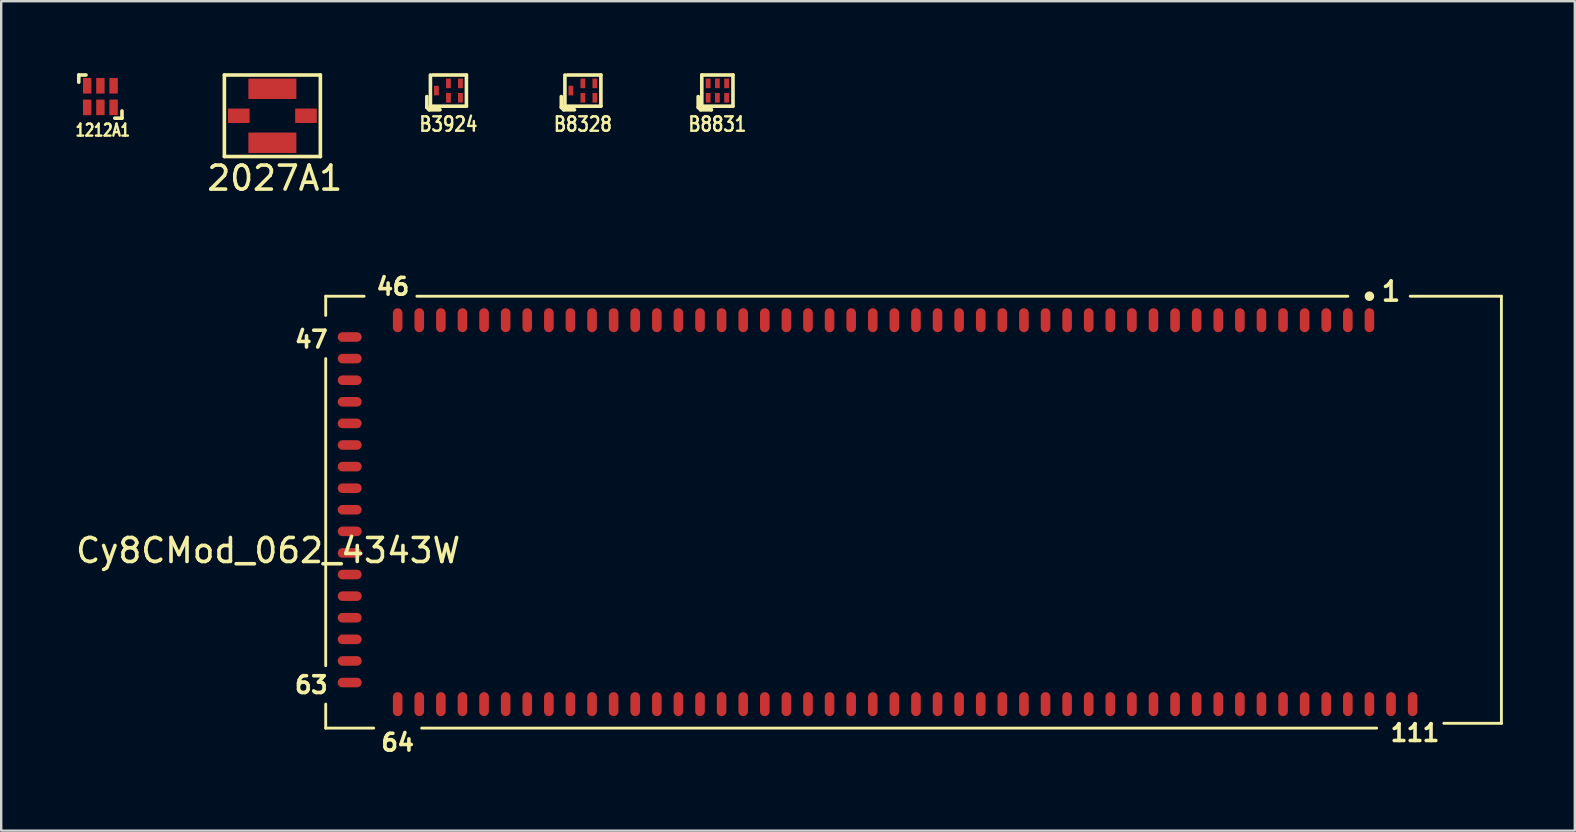
<source format=kicad_pcb>
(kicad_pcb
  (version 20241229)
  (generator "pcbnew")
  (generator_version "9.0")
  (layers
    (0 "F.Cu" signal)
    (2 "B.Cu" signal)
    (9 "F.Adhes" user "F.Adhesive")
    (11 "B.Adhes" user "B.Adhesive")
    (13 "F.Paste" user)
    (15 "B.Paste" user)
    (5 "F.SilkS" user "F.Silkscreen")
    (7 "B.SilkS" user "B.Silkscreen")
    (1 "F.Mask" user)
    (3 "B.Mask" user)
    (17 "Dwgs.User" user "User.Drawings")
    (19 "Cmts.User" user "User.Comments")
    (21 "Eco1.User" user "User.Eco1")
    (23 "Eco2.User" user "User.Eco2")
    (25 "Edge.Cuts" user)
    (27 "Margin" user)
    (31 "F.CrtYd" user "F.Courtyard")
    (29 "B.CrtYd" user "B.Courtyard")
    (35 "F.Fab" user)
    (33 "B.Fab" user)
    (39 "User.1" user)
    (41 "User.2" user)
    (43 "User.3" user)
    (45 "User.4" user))
  (footprint "B3924"
    (layer "F.Cu")
    (at 15.639 0.725)
    (property "Reference" "B3924" (at 0 1.4 0) (layer "F.SilkS") (effects (font (size 0.6 0.5) (thickness 0.1))))
    (attr through_hole)
    (fp_line (start -0.9 0.25) (end -0.9 0.7) (stroke (width 0.15) (type solid)) (layer "F.SilkS"))
    (fp_line (start -0.9 0.7) (end -0.8 0.8) (stroke (width 0.15) (type solid)) (layer "F.SilkS"))
    (fp_line (start -0.8 0.8) (end -0.35 0.8) (stroke (width 0.15) (type solid)) (layer "F.SilkS"))
    (fp_line (start -0.75 -0.65) (end -0.75 0.65) (stroke (width 0.15) (type solid)) (layer "F.SilkS"))
    (fp_line (start -0.75 0.65) (end 0.75 0.65) (stroke (width 0.15) (type solid)) (layer "F.SilkS"))
    (fp_line (start 0.75 -0.65) (end -0.65 -0.65) (stroke (width 0.15) (type solid)) (layer "F.SilkS"))
    (fp_line (start 0.75 0.65) (end 0.75 -0.65) (stroke (width 0.15) (type solid)) (layer "F.SilkS"))
    (pad "1" smd rect (at -0.5 0) (size 0.2 0.4) (layers "F.Cu" "F.Mask" "F.Paste"))
    (pad "2" smd rect (at 0 0.3) (size 0.2 0.4) (layers "F.Cu" "F.Mask" "F.Paste"))
    (pad "3" smd rect (at 0.5 0.3) (size 0.2 0.4) (layers "F.Cu" "F.Mask" "F.Paste"))
    (pad "4" smd rect (at 0.5 -0.3) (size 0.2 0.4) (layers "F.Cu" "F.Mask" "F.Paste"))
    (pad "5" smd rect (at 0 -0.3) (size 0.2 0.4) (layers "F.Cu" "F.Mask" "F.Paste")))
  (footprint "B8328"
    (layer "F.Cu")
    (at 21.244 0.725)
    (property "Reference" "B8328" (at 0 1.4 0) (layer "F.SilkS") (effects (font (size 0.6 0.5) (thickness 0.1))))
    (attr through_hole)
    (fp_line (start -0.9 0.25) (end -0.9 0.7) (stroke (width 0.15) (type solid)) (layer "F.SilkS"))
    (fp_line (start -0.9 0.7) (end -0.8 0.8) (stroke (width 0.15) (type solid)) (layer "F.SilkS"))
    (fp_line (start -0.8 0.8) (end -0.35 0.8) (stroke (width 0.15) (type solid)) (layer "F.SilkS"))
    (fp_line (start -0.75 -0.65) (end -0.75 0.65) (stroke (width 0.15) (type solid)) (layer "F.SilkS"))
    (fp_line (start -0.75 0.65) (end 0.75 0.65) (stroke (width 0.15) (type solid)) (layer "F.SilkS"))
    (fp_line (start 0.75 -0.65) (end -0.65 -0.65) (stroke (width 0.15) (type solid)) (layer "F.SilkS"))
    (fp_line (start 0.75 0.65) (end 0.75 -0.65) (stroke (width 0.15) (type solid)) (layer "F.SilkS"))
    (pad "1" smd rect (at -0.5 0) (size 0.2 0.4) (layers "F.Cu" "F.Mask" "F.Paste"))
    (pad "2" smd rect (at 0 0.3) (size 0.2 0.4) (layers "F.Cu" "F.Mask" "F.Paste"))
    (pad "3" smd rect (at 0.5 0.3) (size 0.2 0.4) (layers "F.Cu" "F.Mask" "F.Paste"))
    (pad "4" smd rect (at 0.5 -0.3) (size 0.2 0.4) (layers "F.Cu" "F.Mask" "F.Paste"))
    (pad "5" smd rect (at 0 -0.3) (size 0.2 0.4) (layers "F.Cu" "F.Mask" "F.Paste")))
  (footprint "2027A1"
    (layer "F.Cu")
    (at 8.302 1.775)
    (property "Reference" "2027A1" (at 0.1 2.6 0) (layer "F.SilkS") (effects (font (size 1 1) (thickness 0.15))))
    (attr through_hole)
    (fp_line (start -2 -1.7) (end 2 -1.7) (stroke (width 0.15) (type solid)) (layer "F.SilkS"))
    (fp_line (start -2 1.7) (end -2 -1.7) (stroke (width 0.15) (type solid)) (layer "F.SilkS"))
    (fp_line (start 2 -1.7) (end 2 1.7) (stroke (width 0.15) (type solid)) (layer "F.SilkS"))
    (fp_line (start 2 1.7) (end -2 1.7) (stroke (width 0.15) (type solid)) (layer "F.SilkS"))
    (pad "1" smd rect (at -1.4 0) (size 0.9 0.6) (layers "F.Cu" "F.Mask" "F.Paste"))
    (pad "2" smd rect (at 1.4 0) (size 0.9 0.6) (layers "F.Cu" "F.Mask" "F.Paste"))
    (pad "3" smd rect (at 0 1.125) (size 2 0.85) (layers "F.Cu" "F.Mask" "F.Paste"))
    (pad "4" smd rect (at 0 -1.125) (size 2 0.85) (layers "F.Cu" "F.Mask" "F.Paste")))
  (footprint "B8831"
    (layer "F.Cu")
    (at 26.849 0.725)
    (property "Reference" "B8831" (at 0 1.4 0) (layer "F.SilkS") (effects (font (size 0.6 0.5) (thickness 0.1))))
    (attr through_hole)
    (fp_line (start -0.8 0.25) (end -0.8 0.7) (stroke (width 0.15) (type solid)) (layer "F.SilkS"))
    (fp_line (start -0.8 0.7) (end -0.7 0.8) (stroke (width 0.15) (type solid)) (layer "F.SilkS"))
    (fp_line (start -0.7 0.8) (end -0.25 0.8) (stroke (width 0.15) (type solid)) (layer "F.SilkS"))
    (fp_line (start -0.65 -0.65) (end -0.65 0.65) (stroke (width 0.15) (type solid)) (layer "F.SilkS"))
    (fp_line (start -0.65 0.65) (end 0.65 0.65) (stroke (width 0.15) (type solid)) (layer "F.SilkS"))
    (fp_line (start -0.25 0.8) (end -0.25 0.8) (stroke (width 0.15) (type solid)) (layer "F.SilkS"))
    (fp_line (start 0.65 -0.65) (end -0.65 -0.65) (stroke (width 0.15) (type solid)) (layer "F.SilkS"))
    (fp_line (start 0.65 0.65) (end 0.65 -0.65) (stroke (width 0.15) (type solid)) (layer "F.SilkS"))
    (pad "1" smd rect (at -0.385 0.3) (size 0.2 0.4) (layers "F.Cu" "F.Mask" "F.Paste"))
    (pad "2" smd rect (at 0 0.3) (size 0.2 0.4) (layers "F.Cu" "F.Mask" "F.Paste"))
    (pad "3" smd rect (at 0.385 0.3) (size 0.2 0.4) (layers "F.Cu" "F.Mask" "F.Paste"))
    (pad "4" smd rect (at 0.385 -0.3) (size 0.2 0.4) (layers "F.Cu" "F.Mask" "F.Paste"))
    (pad "5" smd rect (at 0 -0.3) (size 0.2 0.4) (layers "F.Cu" "F.Mask" "F.Paste"))
    (pad "6" smd rect (at -0.385 -0.3) (size 0.2 0.4) (layers "F.Cu" "F.Mask" "F.Paste")))
  (footprint "Cy8CMod_062_4343W"
    (layer "F.Cu")
    (at 11.525 26.296)
    (property "Reference" "Cy8CMod_062_4343W" (at -3.4 -6.4 0) (layer "F.SilkS") (effects (font (size 1 1) (thickness 0.15))))
    (attr through_hole)
    (fp_line (start -1 -17) (end 0.6 -17) (stroke (width 0.12) (type solid)) (layer "F.SilkS"))
    (fp_line (start -1 -16.2) (end -1 -17) (stroke (width 0.12) (type solid)) (layer "F.SilkS"))
    (fp_line (start -1 -14.4) (end -1 -1.6) (stroke (width 0.12) (type solid)) (layer "F.SilkS"))
    (fp_line (start -1 0) (end -1 1) (stroke (width 0.12) (type solid)) (layer "F.SilkS"))
    (fp_line (start -1 1) (end 1 1) (stroke (width 0.12) (type solid)) (layer "F.SilkS"))
    (fp_line (start 2.8 -17) (end 41.6 -17) (stroke (width 0.12) (type solid)) (layer "F.SilkS"))
    (fp_line (start 3 1) (end 42.8 1) (stroke (width 0.12) (type solid)) (layer "F.SilkS"))
    (fp_line (start 45.6 0.8) (end 48 0.8) (stroke (width 0.12) (type solid)) (layer "F.SilkS"))
    (fp_line (start 48 -17) (end 44.2 -17) (stroke (width 0.12) (type solid)) (layer "F.SilkS"))
    (fp_line (start 48 0.8) (end 48 -17) (stroke (width 0.12) (type solid)) (layer "F.SilkS"))
    (fp_circle (center 42.5 -17) (end 42.6 -17) (stroke (width 0.2) (type solid)) (fill no) (layer "F.SilkS"))
    (fp_text user "47" (at -1.6 -15.2 0) (layer "F.SilkS") (effects (font (size 0.7 0.7) (thickness 0.15))))
    (fp_text user "46" (at 1.8 -17.4 0) (layer "F.SilkS") (effects (font (size 0.7 0.7) (thickness 0.15))))
    (fp_text user "1" (at 43.4 -17.2 0) (layer "F.SilkS") (effects (font (size 0.8 0.8) (thickness 0.15))))
    (fp_text user "64" (at 2 1.6 0) (layer "F.SilkS") (effects (font (size 0.7 0.7) (thickness 0.15))))
    (fp_text user "63" (at -1.6 -0.8 0) (layer "F.SilkS") (effects (font (size 0.7 0.7) (thickness 0.15))))
    (fp_text user "111" (at 44.4 1.2 0) (layer "F.SilkS") (effects (font (size 0.7 0.7) (thickness 0.15))))
    (pad "1" smd oval (at 42.5 -16) (size 0.4 1) (layers "F.Cu" "F.Mask" "F.Paste"))
    (pad "2" smd oval (at 41.6 -16) (size 0.4 1) (layers "F.Cu" "F.Mask" "F.Paste"))
    (pad "3" smd oval (at 40.7 -16) (size 0.4 1) (layers "F.Cu" "F.Mask" "F.Paste"))
    (pad "4" smd oval (at 39.8 -16) (size 0.4 1) (layers "F.Cu" "F.Mask" "F.Paste"))
    (pad "5" smd oval (at 38.9 -16) (size 0.4 1) (layers "F.Cu" "F.Mask" "F.Paste"))
    (pad "6" smd oval (at 38 -16) (size 0.4 1) (layers "F.Cu" "F.Mask" "F.Paste"))
    (pad "7" smd oval (at 37.1 -16) (size 0.4 1) (layers "F.Cu" "F.Mask" "F.Paste"))
    (pad "8" smd oval (at 36.2 -16) (size 0.4 1) (layers "F.Cu" "F.Mask" "F.Paste"))
    (pad "9" smd oval (at 35.3 -16) (size 0.4 1) (layers "F.Cu" "F.Mask" "F.Paste"))
    (pad "10" smd oval (at 34.4 -16) (size 0.4 1) (layers "F.Cu" "F.Mask" "F.Paste"))
    (pad "11" smd oval (at 33.5 -16) (size 0.4 1) (layers "F.Cu" "F.Mask" "F.Paste"))
    (pad "12" smd oval (at 32.6 -16) (size 0.4 1) (layers "F.Cu" "F.Mask" "F.Paste"))
    (pad "13" smd oval (at 31.7 -16) (size 0.4 1) (layers "F.Cu" "F.Mask" "F.Paste"))
    (pad "14" smd oval (at 30.8 -16) (size 0.4 1) (layers "F.Cu" "F.Mask" "F.Paste"))
    (pad "15" smd oval (at 29.9 -16) (size 0.4 1) (layers "F.Cu" "F.Mask" "F.Paste"))
    (pad "16" smd oval (at 29 -16) (size 0.4 1) (layers "F.Cu" "F.Mask" "F.Paste"))
    (pad "17" smd oval (at 28.1 -16) (size 0.4 1) (layers "F.Cu" "F.Mask" "F.Paste"))
    (pad "18" smd oval (at 27.2 -16) (size 0.4 1) (layers "F.Cu" "F.Mask" "F.Paste"))
    (pad "19" smd oval (at 26.3 -16) (size 0.4 1) (layers "F.Cu" "F.Mask" "F.Paste"))
    (pad "20" smd oval (at 25.4 -16) (size 0.4 1) (layers "F.Cu" "F.Mask" "F.Paste"))
    (pad "21" smd oval (at 24.5 -16) (size 0.4 1) (layers "F.Cu" "F.Mask" "F.Paste"))
    (pad "22" smd oval (at 23.6 -16) (size 0.4 1) (layers "F.Cu" "F.Mask" "F.Paste"))
    (pad "23" smd oval (at 22.7 -16) (size 0.4 1) (layers "F.Cu" "F.Mask" "F.Paste"))
    (pad "24" smd oval (at 21.8 -16) (size 0.4 1) (layers "F.Cu" "F.Mask" "F.Paste"))
    (pad "25" smd oval (at 20.9 -16) (size 0.4 1) (layers "F.Cu" "F.Mask" "F.Paste"))
    (pad "26" smd oval (at 20 -16) (size 0.4 1) (layers "F.Cu" "F.Mask" "F.Paste"))
    (pad "27" smd oval (at 19.1 -16) (size 0.4 1) (layers "F.Cu" "F.Mask" "F.Paste"))
    (pad "28" smd oval (at 18.2 -16) (size 0.4 1) (layers "F.Cu" "F.Mask" "F.Paste"))
    (pad "29" smd oval (at 17.3 -16) (size 0.4 1) (layers "F.Cu" "F.Mask" "F.Paste"))
    (pad "30" smd oval (at 16.4 -16) (size 0.4 1) (layers "F.Cu" "F.Mask" "F.Paste"))
    (pad "31" smd oval (at 15.5 -16) (size 0.4 1) (layers "F.Cu" "F.Mask" "F.Paste"))
    (pad "32" smd oval (at 14.6 -16) (size 0.4 1) (layers "F.Cu" "F.Mask" "F.Paste"))
    (pad "33" smd oval (at 13.7 -16) (size 0.4 1) (layers "F.Cu" "F.Mask" "F.Paste"))
    (pad "34" smd oval (at 12.8 -16) (size 0.4 1) (layers "F.Cu" "F.Mask" "F.Paste"))
    (pad "35" smd oval (at 11.9 -16) (size 0.4 1) (layers "F.Cu" "F.Mask" "F.Paste"))
    (pad "36" smd oval (at 11 -16) (size 0.4 1) (layers "F.Cu" "F.Mask" "F.Paste"))
    (pad "37" smd oval (at 10.1 -16) (size 0.4 1) (layers "F.Cu" "F.Mask" "F.Paste"))
    (pad "38" smd oval (at 9.2 -16) (size 0.4 1) (layers "F.Cu" "F.Mask" "F.Paste"))
    (pad "39" smd oval (at 8.3 -16) (size 0.4 1) (layers "F.Cu" "F.Mask" "F.Paste"))
    (pad "40" smd oval (at 7.4 -16) (size 0.4 1) (layers "F.Cu" "F.Mask" "F.Paste"))
    (pad "41" smd oval (at 6.5 -16) (size 0.4 1) (layers "F.Cu" "F.Mask" "F.Paste"))
    (pad "42" smd oval (at 5.6 -16) (size 0.4 1) (layers "F.Cu" "F.Mask" "F.Paste"))
    (pad "43" smd oval (at 4.7 -16) (size 0.4 1) (layers "F.Cu" "F.Mask" "F.Paste"))
    (pad "44" smd oval (at 3.8 -16) (size 0.4 1) (layers "F.Cu" "F.Mask" "F.Paste"))
    (pad "45" smd oval (at 2.9 -16) (size 0.4 1) (layers "F.Cu" "F.Mask" "F.Paste"))
    (pad "46" smd oval (at 2 -16) (size 0.4 1) (layers "F.Cu" "F.Mask" "F.Paste"))
    (pad "47" smd oval (at 0 -15.3 90) (size 0.4 1) (layers "F.Cu" "F.Mask" "F.Paste"))
    (pad "48" smd oval (at 0 -14.4 90) (size 0.4 1) (layers "F.Cu" "F.Mask" "F.Paste"))
    (pad "49" smd oval (at 0 -13.5 90) (size 0.4 1) (layers "F.Cu" "F.Mask" "F.Paste"))
    (pad "50" smd oval (at 0 -12.6 90) (size 0.4 1) (layers "F.Cu" "F.Mask" "F.Paste"))
    (pad "51" smd oval (at 0 -11.7 90) (size 0.4 1) (layers "F.Cu" "F.Mask" "F.Paste"))
    (pad "52" smd oval (at 0 -10.8 90) (size 0.4 1) (layers "F.Cu" "F.Mask" "F.Paste"))
    (pad "53" smd oval (at 0 -9.9 90) (size 0.4 1) (layers "F.Cu" "F.Mask" "F.Paste"))
    (pad "54" smd oval (at 0 -9 90) (size 0.4 1) (layers "F.Cu" "F.Mask" "F.Paste"))
    (pad "55" smd oval (at 0 -8.1 90) (size 0.4 1) (layers "F.Cu" "F.Mask" "F.Paste"))
    (pad "56" smd oval (at 0 -7.2 90) (size 0.4 1) (layers "F.Cu" "F.Mask" "F.Paste"))
    (pad "57" smd oval (at 0 -6.3 90) (size 0.4 1) (layers "F.Cu" "F.Mask" "F.Paste"))
    (pad "58" smd oval (at 0 -5.4 90) (size 0.4 1) (layers "F.Cu" "F.Mask" "F.Paste"))
    (pad "59" smd oval (at 0 -4.5 90) (size 0.4 1) (layers "F.Cu" "F.Mask" "F.Paste"))
    (pad "60" smd oval (at 0 -3.6 90) (size 0.4 1) (layers "F.Cu" "F.Mask" "F.Paste"))
    (pad "61" smd oval (at 0 -2.7 90) (size 0.4 1) (layers "F.Cu" "F.Mask" "F.Paste"))
    (pad "62" smd oval (at 0 -1.8 90) (size 0.4 1) (layers "F.Cu" "F.Mask" "F.Paste"))
    (pad "63" smd oval (at 0 -0.9 90) (size 0.4 1) (layers "F.Cu" "F.Mask" "F.Paste"))
    (pad "64" smd oval (at 2 0) (size 0.4 1) (layers "F.Cu" "F.Mask" "F.Paste"))
    (pad "65" smd oval (at 2.9 0) (size 0.4 1) (layers "F.Cu" "F.Mask" "F.Paste"))
    (pad "66" smd oval (at 3.8 0) (size 0.4 1) (layers "F.Cu" "F.Mask" "F.Paste"))
    (pad "67" smd oval (at 4.7 0) (size 0.4 1) (layers "F.Cu" "F.Mask" "F.Paste"))
    (pad "68" smd oval (at 5.6 0) (size 0.4 1) (layers "F.Cu" "F.Mask" "F.Paste"))
    (pad "69" smd oval (at 6.5 0) (size 0.4 1) (layers "F.Cu" "F.Mask" "F.Paste"))
    (pad "70" smd oval (at 7.4 0) (size 0.4 1) (layers "F.Cu" "F.Mask" "F.Paste"))
    (pad "71" smd oval (at 8.3 0) (size 0.4 1) (layers "F.Cu" "F.Mask" "F.Paste"))
    (pad "72" smd oval (at 9.2 0) (size 0.4 1) (layers "F.Cu" "F.Mask" "F.Paste"))
    (pad "73" smd oval (at 10.1 0) (size 0.4 1) (layers "F.Cu" "F.Mask" "F.Paste"))
    (pad "74" smd oval (at 11 0) (size 0.4 1) (layers "F.Cu" "F.Mask" "F.Paste"))
    (pad "75" smd oval (at 11.9 0) (size 0.4 1) (layers "F.Cu" "F.Mask" "F.Paste"))
    (pad "76" smd oval (at 12.8 0) (size 0.4 1) (layers "F.Cu" "F.Mask" "F.Paste"))
    (pad "77" smd oval (at 13.7 0) (size 0.4 1) (layers "F.Cu" "F.Mask" "F.Paste"))
    (pad "78" smd oval (at 14.6 0) (size 0.4 1) (layers "F.Cu" "F.Mask" "F.Paste"))
    (pad "79" smd oval (at 15.5 0) (size 0.4 1) (layers "F.Cu" "F.Mask" "F.Paste"))
    (pad "80" smd oval (at 16.4 0) (size 0.4 1) (layers "F.Cu" "F.Mask" "F.Paste"))
    (pad "81" smd oval (at 17.3 0) (size 0.4 1) (layers "F.Cu" "F.Mask" "F.Paste"))
    (pad "82" smd oval (at 18.2 0) (size 0.4 1) (layers "F.Cu" "F.Mask" "F.Paste"))
    (pad "83" smd oval (at 19.1 0) (size 0.4 1) (layers "F.Cu" "F.Mask" "F.Paste"))
    (pad "84" smd oval (at 20 0) (size 0.4 1) (layers "F.Cu" "F.Mask" "F.Paste"))
    (pad "85" smd oval (at 20.9 0) (size 0.4 1) (layers "F.Cu" "F.Mask" "F.Paste"))
    (pad "86" smd oval (at 21.8 0) (size 0.4 1) (layers "F.Cu" "F.Mask" "F.Paste"))
    (pad "87" smd oval (at 22.7 0) (size 0.4 1) (layers "F.Cu" "F.Mask" "F.Paste"))
    (pad "88" smd oval (at 23.6 0) (size 0.4 1) (layers "F.Cu" "F.Mask" "F.Paste"))
    (pad "89" smd oval (at 24.5 0) (size 0.4 1) (layers "F.Cu" "F.Mask" "F.Paste"))
    (pad "90" smd oval (at 25.4 0) (size 0.4 1) (layers "F.Cu" "F.Mask" "F.Paste"))
    (pad "91" smd oval (at 26.3 0) (size 0.4 1) (layers "F.Cu" "F.Mask" "F.Paste"))
    (pad "92" smd oval (at 27.2 0) (size 0.4 1) (layers "F.Cu" "F.Mask" "F.Paste"))
    (pad "93" smd oval (at 28.1 0) (size 0.4 1) (layers "F.Cu" "F.Mask" "F.Paste"))
    (pad "94" smd oval (at 29 0) (size 0.4 1) (layers "F.Cu" "F.Mask" "F.Paste"))
    (pad "95" smd oval (at 29.9 0) (size 0.4 1) (layers "F.Cu" "F.Mask" "F.Paste"))
    (pad "96" smd oval (at 30.8 0) (size 0.4 1) (layers "F.Cu" "F.Mask" "F.Paste"))
    (pad "97" smd oval (at 31.7 0) (size 0.4 1) (layers "F.Cu" "F.Mask" "F.Paste"))
    (pad "98" smd oval (at 32.6 0) (size 0.4 1) (layers "F.Cu" "F.Mask" "F.Paste"))
    (pad "99" smd oval (at 33.5 0) (size 0.4 1) (layers "F.Cu" "F.Mask" "F.Paste"))
    (pad "100" smd oval (at 34.4 0) (size 0.4 1) (layers "F.Cu" "F.Mask" "F.Paste"))
    (pad "101" smd oval (at 35.3 0) (size 0.4 1) (layers "F.Cu" "F.Mask" "F.Paste"))
    (pad "102" smd oval (at 36.2 0) (size 0.4 1) (layers "F.Cu" "F.Mask" "F.Paste"))
    (pad "103" smd oval (at 37.1 0) (size 0.4 1) (layers "F.Cu" "F.Mask" "F.Paste"))
    (pad "104" smd oval (at 38 0) (size 0.4 1) (layers "F.Cu" "F.Mask" "F.Paste"))
    (pad "105" smd oval (at 38.9 0) (size 0.4 1) (layers "F.Cu" "F.Mask" "F.Paste"))
    (pad "106" smd oval (at 39.8 0) (size 0.4 1) (layers "F.Cu" "F.Mask" "F.Paste"))
    (pad "107" smd oval (at 40.7 0) (size 0.4 1) (layers "F.Cu" "F.Mask" "F.Paste"))
    (pad "108" smd oval (at 41.6 0) (size 0.4 1) (layers "F.Cu" "F.Mask" "F.Paste"))
    (pad "109" smd oval (at 42.5 0) (size 0.4 1) (layers "F.Cu" "F.Mask" "F.Paste"))
    (pad "110" smd oval (at 43.4 0) (size 0.4 1) (layers "F.Cu" "F.Mask" "F.Paste"))
    (pad "111" smd oval (at 44.3 0) (size 0.4 1) (layers "F.Cu" "F.Mask" "F.Paste")))
  (footprint "1212A1"
    (layer "F.Cu")
    (at 1.134 0.975)
    (property "Reference" "1212A1" (at 0.1 1.4 0) (layer "F.SilkS") (effects (font (size 0.5 0.4) (thickness 0.1))))
    (attr through_hole)
    (fp_line (start -0.9 -0.9) (end -0.9 -0.6) (stroke (width 0.15) (type solid)) (layer "F.SilkS"))
    (fp_line (start -0.6 -0.9) (end -0.9 -0.9) (stroke (width 0.15) (type solid)) (layer "F.SilkS"))
    (fp_line (start 0.6 0.9) (end 0.9 0.9) (stroke (width 0.15) (type solid)) (layer "F.SilkS"))
    (fp_line (start 0.9 0.9) (end 0.9 0.6) (stroke (width 0.15) (type solid)) (layer "F.SilkS"))
    (pad "1" smd rect (at -0.55 0.45) (size 0.35 0.65) (layers "F.Cu" "F.Mask" "F.Paste"))
    (pad "2" smd rect (at 0 0.45) (size 0.35 0.65) (layers "F.Cu" "F.Mask" "F.Paste"))
    (pad "3" smd rect (at 0.55 0.45) (size 0.35 0.65) (layers "F.Cu" "F.Mask" "F.Paste"))
    (pad "4" smd rect (at 0.55 -0.45) (size 0.35 0.65) (layers "F.Cu" "F.Mask" "F.Paste"))
    (pad "5" smd rect (at 0 -0.45) (size 0.35 0.65) (layers "F.Cu" "F.Mask" "F.Paste"))
    (pad "6" smd rect (at -0.55 -0.45) (size 0.35 0.65) (layers "F.Cu" "F.Mask" "F.Paste")))
  (gr_rect
    (start -3 -3)
    (end 62.585 31.569)
    (stroke (width 0.1) (type default))
    (fill no)
    (layer "Edge.Cuts")))
</source>
